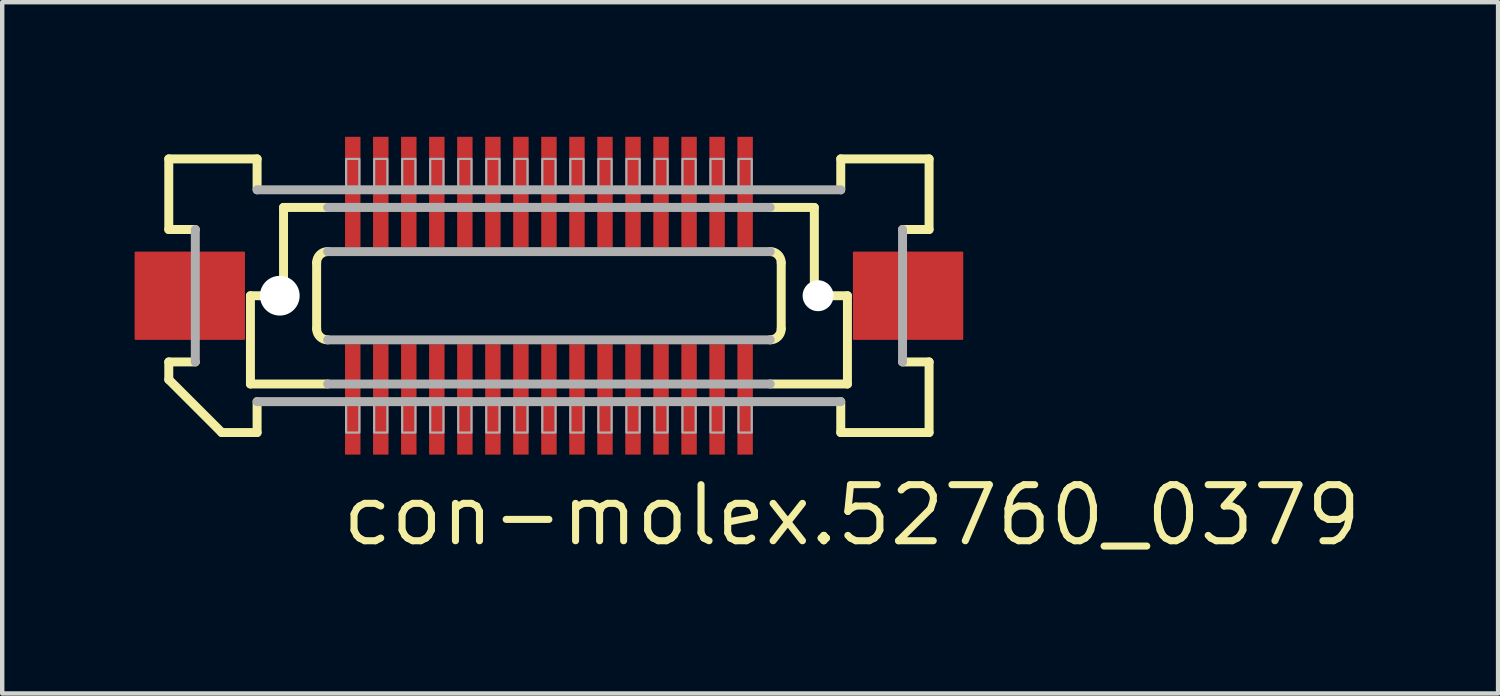
<source format=kicad_pcb>
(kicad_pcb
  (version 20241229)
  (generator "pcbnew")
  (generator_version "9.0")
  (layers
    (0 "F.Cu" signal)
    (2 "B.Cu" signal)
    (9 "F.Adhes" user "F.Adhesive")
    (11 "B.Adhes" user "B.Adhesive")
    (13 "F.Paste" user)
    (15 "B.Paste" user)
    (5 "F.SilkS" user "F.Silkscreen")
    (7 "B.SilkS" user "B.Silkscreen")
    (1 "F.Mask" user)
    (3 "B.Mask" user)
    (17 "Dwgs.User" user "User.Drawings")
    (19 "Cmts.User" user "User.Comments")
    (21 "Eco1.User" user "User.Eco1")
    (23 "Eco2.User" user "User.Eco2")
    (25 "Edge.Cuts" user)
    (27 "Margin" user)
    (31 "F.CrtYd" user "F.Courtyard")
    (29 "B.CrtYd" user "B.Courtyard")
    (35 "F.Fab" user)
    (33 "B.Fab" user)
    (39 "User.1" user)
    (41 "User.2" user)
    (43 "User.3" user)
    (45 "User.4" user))
  (footprint "con-molex.52760_0379"
    (layer "F.Cu")
    (at 9.387 3.65)
    (property "Reference" "con-molex.52760_0379" (at -4.763 5.715 0) (layer "F.SilkS") (effects (font (size 1.27 1.27) (thickness 0.16)) (justify left bottom)))
    (attr smd)
    (fp_rect (start -4.645 -1.075) (end -4.245 -3.625) (stroke (width 0.05) (type default)) (fill yes) (layer "F.Mask"))
    (fp_rect (start -4.645 3.625) (end -4.245 1.075) (stroke (width 0.05) (type default)) (fill yes) (layer "F.Mask"))
    (fp_rect (start -4.01 -1.075) (end -3.61 -3.625) (stroke (width 0.05) (type default)) (fill yes) (layer "F.Mask"))
    (fp_rect (start -4.01 3.625) (end -3.61 1.075) (stroke (width 0.05) (type default)) (fill yes) (layer "F.Mask"))
    (fp_rect (start -3.375 -1.075) (end -2.975 -3.625) (stroke (width 0.05) (type default)) (fill yes) (layer "F.Mask"))
    (fp_rect (start -3.375 3.625) (end -2.975 1.075) (stroke (width 0.05) (type default)) (fill yes) (layer "F.Mask"))
    (fp_rect (start -2.74 -1.075) (end -2.34 -3.625) (stroke (width 0.05) (type default)) (fill yes) (layer "F.Mask"))
    (fp_rect (start -2.74 3.625) (end -2.34 1.075) (stroke (width 0.05) (type default)) (fill yes) (layer "F.Mask"))
    (fp_rect (start -2.105 -1.075) (end -1.705 -3.625) (stroke (width 0.05) (type default)) (fill yes) (layer "F.Mask"))
    (fp_rect (start -2.105 3.625) (end -1.705 1.075) (stroke (width 0.05) (type default)) (fill yes) (layer "F.Mask"))
    (fp_rect (start -1.47 -1.075) (end -1.07 -3.625) (stroke (width 0.05) (type default)) (fill yes) (layer "F.Mask"))
    (fp_rect (start -1.47 3.625) (end -1.07 1.075) (stroke (width 0.05) (type default)) (fill yes) (layer "F.Mask"))
    (fp_rect (start -0.835 -1.075) (end -0.435 -3.625) (stroke (width 0.05) (type default)) (fill yes) (layer "F.Mask"))
    (fp_rect (start -0.835 3.625) (end -0.435 1.075) (stroke (width 0.05) (type default)) (fill yes) (layer "F.Mask"))
    (fp_rect (start -0.2 -1.075) (end 0.2 -3.625) (stroke (width 0.05) (type default)) (fill yes) (layer "F.Mask"))
    (fp_rect (start -0.2 3.625) (end 0.2 1.075) (stroke (width 0.05) (type default)) (fill yes) (layer "F.Mask"))
    (fp_rect (start 0.435 -1.075) (end 0.835 -3.625) (stroke (width 0.05) (type default)) (fill yes) (layer "F.Mask"))
    (fp_rect (start 0.435 3.625) (end 0.835 1.075) (stroke (width 0.05) (type default)) (fill yes) (layer "F.Mask"))
    (fp_rect (start 1.07 -1.075) (end 1.47 -3.625) (stroke (width 0.05) (type default)) (fill yes) (layer "F.Mask"))
    (fp_rect (start 1.07 3.625) (end 1.47 1.075) (stroke (width 0.05) (type default)) (fill yes) (layer "F.Mask"))
    (fp_rect (start 1.705 -1.075) (end 2.105 -3.625) (stroke (width 0.05) (type default)) (fill yes) (layer "F.Mask"))
    (fp_rect (start 1.705 3.625) (end 2.105 1.075) (stroke (width 0.05) (type default)) (fill yes) (layer "F.Mask"))
    (fp_rect (start 2.34 -1.075) (end 2.74 -3.625) (stroke (width 0.05) (type default)) (fill yes) (layer "F.Mask"))
    (fp_rect (start 2.34 3.625) (end 2.74 1.075) (stroke (width 0.05) (type default)) (fill yes) (layer "F.Mask"))
    (fp_rect (start 2.975 -1.075) (end 3.375 -3.625) (stroke (width 0.05) (type default)) (fill yes) (layer "F.Mask"))
    (fp_rect (start 2.975 3.625) (end 3.375 1.075) (stroke (width 0.05) (type default)) (fill yes) (layer "F.Mask"))
    (fp_rect (start 3.61 -1.075) (end 4.01 -3.625) (stroke (width 0.05) (type default)) (fill yes) (layer "F.Mask"))
    (fp_rect (start 3.61 3.625) (end 4.01 1.075) (stroke (width 0.05) (type default)) (fill yes) (layer "F.Mask"))
    (fp_rect (start 4.245 -1.075) (end 4.645 -3.625) (stroke (width 0.05) (type default)) (fill yes) (layer "F.Mask"))
    (fp_rect (start 4.245 3.625) (end 4.645 1.075) (stroke (width 0.05) (type default)) (fill yes) (layer "F.Mask"))
    (fp_line (start -8.613 -3.1) (end -6.612 -3.1) (stroke (width 0.203) (type default)) (layer "F.SilkS"))
    (fp_line (start -8.613 -1.5) (end -8.613 -3.1) (stroke (width 0.203) (type default)) (layer "F.SilkS"))
    (fp_line (start -8.613 1.5) (end -8.012 1.5) (stroke (width 0.203) (type default)) (layer "F.SilkS"))
    (fp_line (start -8.613 1.9) (end -8.613 1.5) (stroke (width 0.203) (type default)) (layer "F.SilkS"))
    (fp_line (start -8.012 -1.5) (end -8.613 -1.5) (stroke (width 0.203) (type default)) (layer "F.SilkS"))
    (fp_line (start -7.412 3.1) (end -8.613 1.9) (stroke (width 0.203) (type default)) (layer "F.SilkS"))
    (fp_line (start -6.763 0) (end -6.763 2) (stroke (width 0.203) (type default)) (layer "F.SilkS"))
    (fp_line (start -6.763 2) (end -5.013 2) (stroke (width 0.203) (type default)) (layer "F.SilkS"))
    (fp_line (start -6.612 -3.1) (end -6.612 -2.4) (stroke (width 0.203) (type default)) (layer "F.SilkS"))
    (fp_line (start -6.612 2.4) (end -6.612 3.1) (stroke (width 0.203) (type default)) (layer "F.SilkS"))
    (fp_line (start -6.612 3.1) (end -7.412 3.1) (stroke (width 0.203) (type default)) (layer "F.SilkS"))
    (fp_line (start -6.013 -2) (end -6.013 0) (stroke (width 0.203) (type default)) (layer "F.SilkS"))
    (fp_line (start -6.013 0) (end -6.763 0) (stroke (width 0.203) (type default)) (layer "F.SilkS"))
    (fp_line (start -5.263 0.75) (end -5.263 -0.75) (stroke (width 0.203) (type default)) (layer "F.SilkS"))
    (fp_line (start -5.013 -2) (end -6.013 -2) (stroke (width 0.203) (type default)) (layer "F.SilkS"))
    (fp_line (start 5.013 2) (end 6.763 2) (stroke (width 0.203) (type default)) (layer "F.SilkS"))
    (fp_line (start 5.263 -0.75) (end 5.263 0.75) (stroke (width 0.203) (type default)) (layer "F.SilkS"))
    (fp_line (start 6.013 -2) (end 5.013 -2) (stroke (width 0.203) (type default)) (layer "F.SilkS"))
    (fp_line (start 6.013 -2) (end 6.013 0) (stroke (width 0.203) (type default)) (layer "F.SilkS"))
    (fp_line (start 6.612 -3.1) (end 8.613 -3.1) (stroke (width 0.203) (type default)) (layer "F.SilkS"))
    (fp_line (start 6.612 -2.4) (end 6.612 -3.1) (stroke (width 0.203) (type default)) (layer "F.SilkS"))
    (fp_line (start 6.612 3.1) (end 6.612 2.4) (stroke (width 0.203) (type default)) (layer "F.SilkS"))
    (fp_line (start 6.763 0) (end 6.013 0) (stroke (width 0.203) (type default)) (layer "F.SilkS"))
    (fp_line (start 6.763 0) (end 6.763 2) (stroke (width 0.203) (type default)) (layer "F.SilkS"))
    (fp_line (start 8.012 1.5) (end 8.613 1.5) (stroke (width 0.203) (type default)) (layer "F.SilkS"))
    (fp_line (start 8.613 -3.1) (end 8.613 -1.5) (stroke (width 0.203) (type default)) (layer "F.SilkS"))
    (fp_line (start 8.613 -1.5) (end 8.012 -1.5) (stroke (width 0.203) (type default)) (layer "F.SilkS"))
    (fp_line (start 8.613 1.5) (end 8.613 3.1) (stroke (width 0.203) (type default)) (layer "F.SilkS"))
    (fp_line (start 8.613 3.1) (end 6.612 3.1) (stroke (width 0.203) (type default)) (layer "F.SilkS"))
    (fp_arc (start -5.2625 -0.75) (mid -5.189277 -0.926777) (end -5.0125 -1) (stroke (width 0.2032) (type default)) (layer "F.SilkS"))
    (fp_arc (start -5.0125 1) (mid -5.189277 0.926777) (end -5.2625 0.75) (stroke (width 0.2032) (type default)) (layer "F.SilkS"))
    (fp_arc (start 5.0125 -1) (mid 5.189277 -0.926777) (end 5.2625 -0.75) (stroke (width 0.2032) (type default)) (layer "F.SilkS"))
    (fp_arc (start 5.2625 0.75) (mid 5.189277 0.926777) (end 5.0125 1) (stroke (width 0.2032) (type default)) (layer "F.SilkS"))
    (fp_line (start -8.012 1.5) (end -8.012 -1.5) (stroke (width 0.203) (type default)) (layer "F.Fab"))
    (fp_line (start -6.612 -2.4) (end 6.612 -2.4) (stroke (width 0.203) (type default)) (layer "F.Fab"))
    (fp_line (start -5.013 -1) (end 5.013 -1) (stroke (width 0.203) (type default)) (layer "F.Fab"))
    (fp_line (start -5.013 2) (end 5.013 2) (stroke (width 0.203) (type default)) (layer "F.Fab"))
    (fp_line (start 5.013 -2) (end -5.013 -2) (stroke (width 0.203) (type default)) (layer "F.Fab"))
    (fp_line (start 5.013 1) (end -5.013 1) (stroke (width 0.203) (type default)) (layer "F.Fab"))
    (fp_line (start 6.612 2.4) (end -6.612 2.4) (stroke (width 0.203) (type default)) (layer "F.Fab"))
    (fp_line (start 8.012 -1.5) (end 8.012 1.5) (stroke (width 0.203) (type default)) (layer "F.Fab"))
    (fp_rect (start -4.595 -2.375) (end -4.295 -3.1) (stroke (width 0.05) (type default)) (fill no) (layer "F.Fab"))
    (fp_rect (start -4.595 3.1) (end -4.295 2.375) (stroke (width 0.05) (type default)) (fill no) (layer "F.Fab"))
    (fp_rect (start -3.96 -2.375) (end -3.66 -3.1) (stroke (width 0.05) (type default)) (fill no) (layer "F.Fab"))
    (fp_rect (start -3.96 3.1) (end -3.66 2.375) (stroke (width 0.05) (type default)) (fill no) (layer "F.Fab"))
    (fp_rect (start -3.325 -2.375) (end -3.025 -3.1) (stroke (width 0.05) (type default)) (fill no) (layer "F.Fab"))
    (fp_rect (start -3.325 3.1) (end -3.025 2.375) (stroke (width 0.05) (type default)) (fill no) (layer "F.Fab"))
    (fp_rect (start -2.69 -2.375) (end -2.39 -3.1) (stroke (width 0.05) (type default)) (fill no) (layer "F.Fab"))
    (fp_rect (start -2.69 3.1) (end -2.39 2.375) (stroke (width 0.05) (type default)) (fill no) (layer "F.Fab"))
    (fp_rect (start -2.055 -2.375) (end -1.755 -3.1) (stroke (width 0.05) (type default)) (fill no) (layer "F.Fab"))
    (fp_rect (start -2.055 3.1) (end -1.755 2.375) (stroke (width 0.05) (type default)) (fill no) (layer "F.Fab"))
    (fp_rect (start -1.42 -2.375) (end -1.12 -3.1) (stroke (width 0.05) (type default)) (fill no) (layer "F.Fab"))
    (fp_rect (start -1.42 3.1) (end -1.12 2.375) (stroke (width 0.05) (type default)) (fill no) (layer "F.Fab"))
    (fp_rect (start -0.785 -2.375) (end -0.485 -3.1) (stroke (width 0.05) (type default)) (fill no) (layer "F.Fab"))
    (fp_rect (start -0.785 3.1) (end -0.485 2.375) (stroke (width 0.05) (type default)) (fill no) (layer "F.Fab"))
    (fp_rect (start -0.15 -2.375) (end 0.15 -3.1) (stroke (width 0.05) (type default)) (fill no) (layer "F.Fab"))
    (fp_rect (start -0.15 3.1) (end 0.15 2.375) (stroke (width 0.05) (type default)) (fill no) (layer "F.Fab"))
    (fp_rect (start 0.485 -2.375) (end 0.785 -3.1) (stroke (width 0.05) (type default)) (fill no) (layer "F.Fab"))
    (fp_rect (start 0.485 3.1) (end 0.785 2.375) (stroke (width 0.05) (type default)) (fill no) (layer "F.Fab"))
    (fp_rect (start 1.12 -2.375) (end 1.42 -3.1) (stroke (width 0.05) (type default)) (fill no) (layer "F.Fab"))
    (fp_rect (start 1.12 3.1) (end 1.42 2.375) (stroke (width 0.05) (type default)) (fill no) (layer "F.Fab"))
    (fp_rect (start 1.755 -2.375) (end 2.055 -3.1) (stroke (width 0.05) (type default)) (fill no) (layer "F.Fab"))
    (fp_rect (start 1.755 3.1) (end 2.055 2.375) (stroke (width 0.05) (type default)) (fill no) (layer "F.Fab"))
    (fp_rect (start 2.39 -2.375) (end 2.69 -3.1) (stroke (width 0.05) (type default)) (fill no) (layer "F.Fab"))
    (fp_rect (start 2.39 3.1) (end 2.69 2.375) (stroke (width 0.05) (type default)) (fill no) (layer "F.Fab"))
    (fp_rect (start 3.025 -2.375) (end 3.325 -3.1) (stroke (width 0.05) (type default)) (fill no) (layer "F.Fab"))
    (fp_rect (start 3.025 3.1) (end 3.325 2.375) (stroke (width 0.05) (type default)) (fill no) (layer "F.Fab"))
    (fp_rect (start 3.66 -2.375) (end 3.96 -3.1) (stroke (width 0.05) (type default)) (fill no) (layer "F.Fab"))
    (fp_rect (start 3.66 3.1) (end 3.96 2.375) (stroke (width 0.05) (type default)) (fill no) (layer "F.Fab"))
    (fp_rect (start 4.295 -2.375) (end 4.595 -3.1) (stroke (width 0.05) (type default)) (fill no) (layer "F.Fab"))
    (fp_rect (start 4.295 3.1) (end 4.595 2.375) (stroke (width 0.05) (type default)) (fill no) (layer "F.Fab"))
    (pad "" np_thru_hole circle (at -6.098 0) (size 0.9 0.9) (drill 0.9) (layers "*.Cu" "*.Mask"))
    (pad "" np_thru_hole circle (at 6.098 0) (size 0.7 0.7) (drill 0.7) (layers "*.Cu" "*.Mask"))
    (pad "1" smd roundrect (at -4.445 2.35) (size 0.35 2.5) (layers "F.Cu" "F.Mask" "F.Paste") (roundrect_rratio 0.01))
    (pad "2" smd roundrect (at -4.445 -2.35 180) (size 0.35 2.5) (layers "F.Cu" "F.Mask" "F.Paste") (roundrect_rratio 0.01))
    (pad "3" smd roundrect (at -3.81 2.35) (size 0.35 2.5) (layers "F.Cu" "F.Mask" "F.Paste") (roundrect_rratio 0.01))
    (pad "4" smd roundrect (at -3.81 -2.35 180) (size 0.35 2.5) (layers "F.Cu" "F.Mask" "F.Paste") (roundrect_rratio 0.01))
    (pad "5" smd roundrect (at -3.175 2.35) (size 0.35 2.5) (layers "F.Cu" "F.Mask" "F.Paste") (roundrect_rratio 0.01))
    (pad "6" smd roundrect (at -3.175 -2.35 180) (size 0.35 2.5) (layers "F.Cu" "F.Mask" "F.Paste") (roundrect_rratio 0.01))
    (pad "7" smd roundrect (at -2.54 2.35) (size 0.35 2.5) (layers "F.Cu" "F.Mask" "F.Paste") (roundrect_rratio 0.01))
    (pad "8" smd roundrect (at -2.54 -2.35 180) (size 0.35 2.5) (layers "F.Cu" "F.Mask" "F.Paste") (roundrect_rratio 0.01))
    (pad "9" smd roundrect (at -1.905 2.35) (size 0.35 2.5) (layers "F.Cu" "F.Mask" "F.Paste") (roundrect_rratio 0.01))
    (pad "10" smd roundrect (at -1.905 -2.35 180) (size 0.35 2.5) (layers "F.Cu" "F.Mask" "F.Paste") (roundrect_rratio 0.01))
    (pad "11" smd roundrect (at -1.27 2.35) (size 0.35 2.5) (layers "F.Cu" "F.Mask" "F.Paste") (roundrect_rratio 0.01))
    (pad "12" smd roundrect (at -1.27 -2.35 180) (size 0.35 2.5) (layers "F.Cu" "F.Mask" "F.Paste") (roundrect_rratio 0.01))
    (pad "13" smd roundrect (at -0.635 2.35) (size 0.35 2.5) (layers "F.Cu" "F.Mask" "F.Paste") (roundrect_rratio 0.01))
    (pad "14" smd roundrect (at -0.635 -2.35 180) (size 0.35 2.5) (layers "F.Cu" "F.Mask" "F.Paste") (roundrect_rratio 0.01))
    (pad "15" smd roundrect (at 0 2.35) (size 0.35 2.5) (layers "F.Cu" "F.Mask" "F.Paste") (roundrect_rratio 0.01))
    (pad "16" smd roundrect (at 0 -2.35 180) (size 0.35 2.5) (layers "F.Cu" "F.Mask" "F.Paste") (roundrect_rratio 0.01))
    (pad "17" smd roundrect (at 0.635 2.35) (size 0.35 2.5) (layers "F.Cu" "F.Mask" "F.Paste") (roundrect_rratio 0.01))
    (pad "18" smd roundrect (at 0.635 -2.35 180) (size 0.35 2.5) (layers "F.Cu" "F.Mask" "F.Paste") (roundrect_rratio 0.01))
    (pad "19" smd roundrect (at 1.27 2.35) (size 0.35 2.5) (layers "F.Cu" "F.Mask" "F.Paste") (roundrect_rratio 0.01))
    (pad "20" smd roundrect (at 1.27 -2.35 180) (size 0.35 2.5) (layers "F.Cu" "F.Mask" "F.Paste") (roundrect_rratio 0.01))
    (pad "21" smd roundrect (at 1.905 2.35) (size 0.35 2.5) (layers "F.Cu" "F.Mask" "F.Paste") (roundrect_rratio 0.01))
    (pad "22" smd roundrect (at 1.905 -2.35 180) (size 0.35 2.5) (layers "F.Cu" "F.Mask" "F.Paste") (roundrect_rratio 0.01))
    (pad "23" smd roundrect (at 2.54 2.35) (size 0.35 2.5) (layers "F.Cu" "F.Mask" "F.Paste") (roundrect_rratio 0.01))
    (pad "24" smd roundrect (at 2.54 -2.35 180) (size 0.35 2.5) (layers "F.Cu" "F.Mask" "F.Paste") (roundrect_rratio 0.01))
    (pad "25" smd roundrect (at 3.175 2.35) (size 0.35 2.5) (layers "F.Cu" "F.Mask" "F.Paste") (roundrect_rratio 0.01))
    (pad "26" smd roundrect (at 3.175 -2.35 180) (size 0.35 2.5) (layers "F.Cu" "F.Mask" "F.Paste") (roundrect_rratio 0.01))
    (pad "27" smd roundrect (at 3.81 2.35) (size 0.35 2.5) (layers "F.Cu" "F.Mask" "F.Paste") (roundrect_rratio 0.01))
    (pad "28" smd roundrect (at 3.81 -2.35 180) (size 0.35 2.5) (layers "F.Cu" "F.Mask" "F.Paste") (roundrect_rratio 0.01))
    (pad "29" smd roundrect (at 4.445 2.35) (size 0.35 2.5) (layers "F.Cu" "F.Mask" "F.Paste") (roundrect_rratio 0.01))
    (pad "30" smd roundrect (at 4.445 -2.35 180) (size 0.35 2.5) (layers "F.Cu" "F.Mask" "F.Paste") (roundrect_rratio 0.01))
    (pad "M1" smd roundrect (at -8.137 0) (size 2.5 2) (layers "F.Cu" "F.Mask" "F.Paste") (roundrect_rratio 0.01))
    (pad "M2" smd roundrect (at 8.137 0 180) (size 2.5 2) (layers "F.Cu" "F.Mask" "F.Paste") (roundrect_rratio 0.01)))
  (gr_rect
    (start -3 -3)
    (end 30.892 12.662)
    (stroke (width 0.1) (type default))
    (fill no)
    (layer "Edge.Cuts")))
</source>
